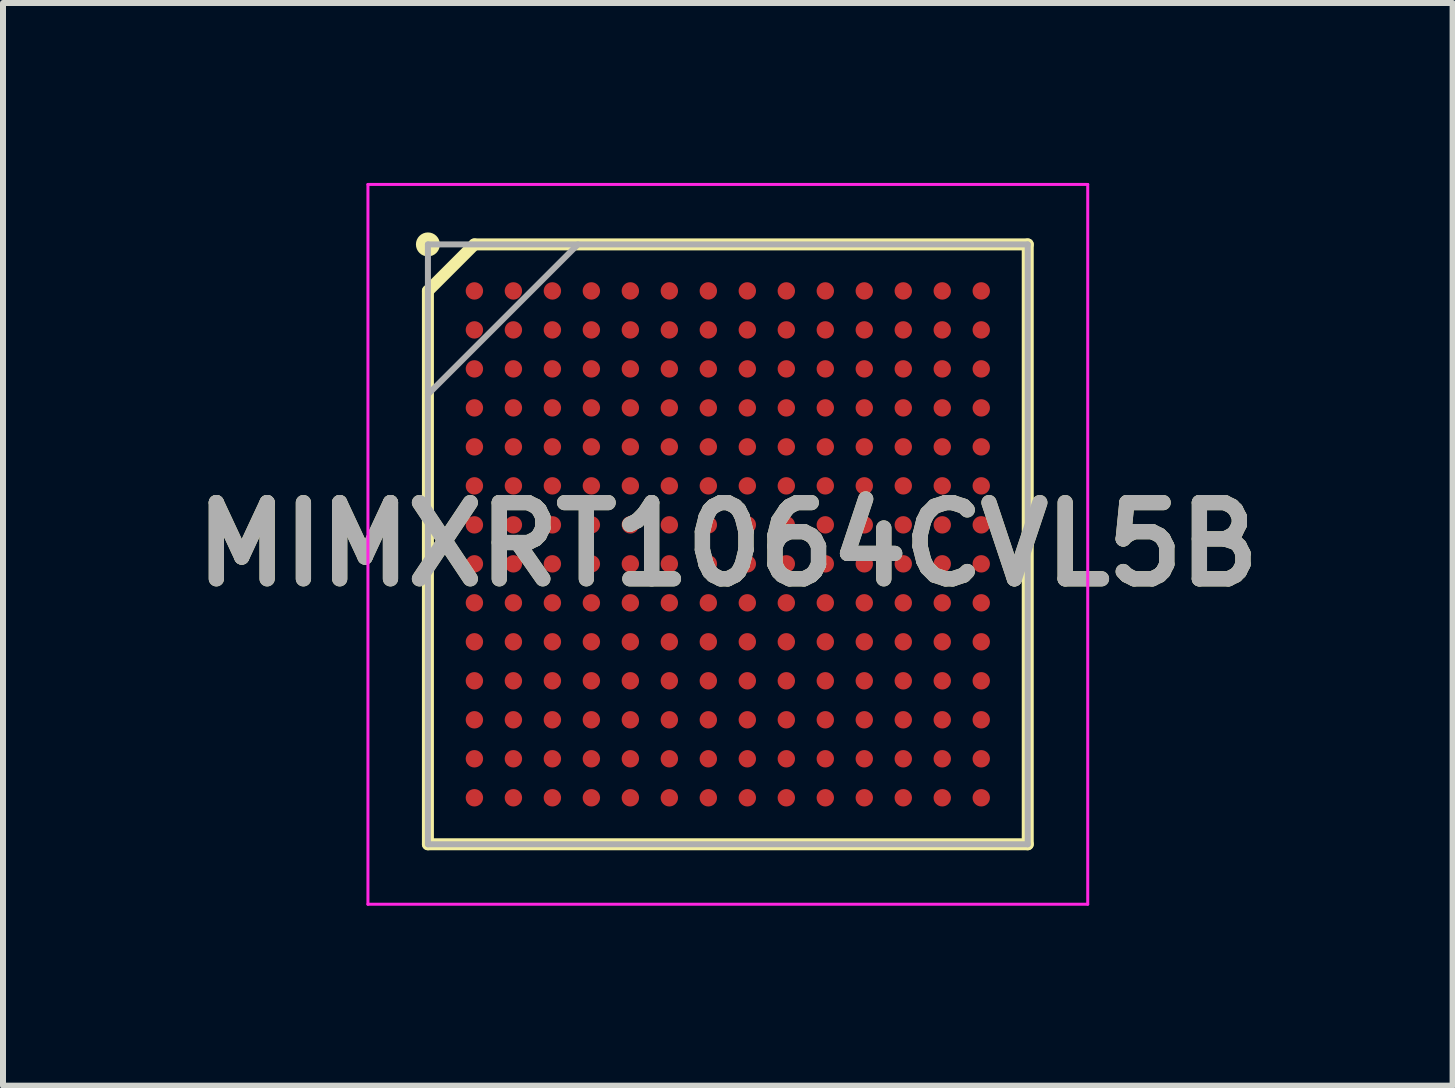
<source format=kicad_pcb>
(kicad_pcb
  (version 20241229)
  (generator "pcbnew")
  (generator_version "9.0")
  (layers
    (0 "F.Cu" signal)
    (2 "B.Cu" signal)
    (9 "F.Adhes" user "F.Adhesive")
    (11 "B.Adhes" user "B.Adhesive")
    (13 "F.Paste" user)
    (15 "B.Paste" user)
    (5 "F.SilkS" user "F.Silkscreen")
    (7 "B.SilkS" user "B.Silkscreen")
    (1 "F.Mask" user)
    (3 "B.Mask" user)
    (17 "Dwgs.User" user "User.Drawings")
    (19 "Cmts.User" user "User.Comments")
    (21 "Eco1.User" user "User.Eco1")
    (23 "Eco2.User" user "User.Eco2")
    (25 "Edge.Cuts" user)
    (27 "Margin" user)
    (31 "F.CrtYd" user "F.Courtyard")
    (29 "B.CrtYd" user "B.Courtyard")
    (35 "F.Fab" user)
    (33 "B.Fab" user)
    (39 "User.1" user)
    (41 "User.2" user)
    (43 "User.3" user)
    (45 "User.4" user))
  (footprint "MIMXRT1064CVL5B"
    (layer "F.Cu")
    (at 9.084 6.025)
    (property "Reference" "MIMXRT1064CVL5B" (at 0 0 0) (layer "F.SilkS") (effects (font (size 1.27 1.27) (thickness 0.254))))
    (attr smd)
    (fp_line (start -5 -4.225) (end -4.225 -5) (stroke (width 0.2) (type solid)) (layer "F.SilkS"))
    (fp_line (start -5 5) (end -5 -4.225) (stroke (width 0.2) (type solid)) (layer "F.SilkS"))
    (fp_line (start -4.225 -5) (end 5 -5) (stroke (width 0.2) (type solid)) (layer "F.SilkS"))
    (fp_line (start 5 -5) (end 5 5) (stroke (width 0.2) (type solid)) (layer "F.SilkS"))
    (fp_line (start 5 5) (end -5 5) (stroke (width 0.2) (type solid)) (layer "F.SilkS"))
    (fp_circle (center -5 -5) (end -5 -4.9) (stroke (width 0.2) (type solid)) (fill no) (layer "F.SilkS"))
    (fp_line (start -6 -6) (end 6 -6) (stroke (width 0.05) (type solid)) (layer "F.CrtYd"))
    (fp_line (start -6 6) (end -6 -6) (stroke (width 0.05) (type solid)) (layer "F.CrtYd"))
    (fp_line (start 6 -6) (end 6 6) (stroke (width 0.05) (type solid)) (layer "F.CrtYd"))
    (fp_line (start 6 6) (end -6 6) (stroke (width 0.05) (type solid)) (layer "F.CrtYd"))
    (fp_line (start -5 -5) (end 5 -5) (stroke (width 0.1) (type solid)) (layer "F.Fab"))
    (fp_line (start -5 -2.5) (end -2.5 -5) (stroke (width 0.1) (type solid)) (layer "F.Fab"))
    (fp_line (start -5 5) (end -5 -5) (stroke (width 0.1) (type solid)) (layer "F.Fab"))
    (fp_line (start 5 -5) (end 5 5) (stroke (width 0.1) (type solid)) (layer "F.Fab"))
    (fp_line (start 5 5) (end -5 5) (stroke (width 0.1) (type solid)) (layer "F.Fab"))
    (fp_text user "${REFERENCE}" (at 0 0 0) (layer "F.Fab") (effects (font (size 1.27 1.27) (thickness 0.254))))
    (pad "A1" smd circle (at -4.225 -4.225 90) (size 0.29 0.29) (layers "F.Cu" "F.Mask" "F.Paste"))
    (pad "A2" smd circle (at -3.575 -4.225 90) (size 0.29 0.29) (layers "F.Cu" "F.Mask" "F.Paste"))
    (pad "A3" smd circle (at -2.925 -4.225 90) (size 0.29 0.29) (layers "F.Cu" "F.Mask" "F.Paste"))
    (pad "A4" smd circle (at -2.275 -4.225 90) (size 0.29 0.29) (layers "F.Cu" "F.Mask" "F.Paste"))
    (pad "A5" smd circle (at -1.625 -4.225 90) (size 0.29 0.29) (layers "F.Cu" "F.Mask" "F.Paste"))
    (pad "A6" smd circle (at -0.975 -4.225 90) (size 0.29 0.29) (layers "F.Cu" "F.Mask" "F.Paste"))
    (pad "A7" smd circle (at -0.325 -4.225 90) (size 0.29 0.29) (layers "F.Cu" "F.Mask" "F.Paste"))
    (pad "A8" smd circle (at 0.325 -4.225 90) (size 0.29 0.29) (layers "F.Cu" "F.Mask" "F.Paste"))
    (pad "A9" smd circle (at 0.975 -4.225 90) (size 0.29 0.29) (layers "F.Cu" "F.Mask" "F.Paste"))
    (pad "A10" smd circle (at 1.625 -4.225 90) (size 0.29 0.29) (layers "F.Cu" "F.Mask" "F.Paste"))
    (pad "A11" smd circle (at 2.275 -4.225 90) (size 0.29 0.29) (layers "F.Cu" "F.Mask" "F.Paste"))
    (pad "A12" smd circle (at 2.925 -4.225 90) (size 0.29 0.29) (layers "F.Cu" "F.Mask" "F.Paste"))
    (pad "A13" smd circle (at 3.575 -4.225 90) (size 0.29 0.29) (layers "F.Cu" "F.Mask" "F.Paste"))
    (pad "A14" smd circle (at 4.225 -4.225 90) (size 0.29 0.29) (layers "F.Cu" "F.Mask" "F.Paste"))
    (pad "B1" smd circle (at -4.225 -3.575 90) (size 0.29 0.29) (layers "F.Cu" "F.Mask" "F.Paste"))
    (pad "B2" smd circle (at -3.575 -3.575 90) (size 0.29 0.29) (layers "F.Cu" "F.Mask" "F.Paste"))
    (pad "B3" smd circle (at -2.925 -3.575 90) (size 0.29 0.29) (layers "F.Cu" "F.Mask" "F.Paste"))
    (pad "B4" smd circle (at -2.275 -3.575 90) (size 0.29 0.29) (layers "F.Cu" "F.Mask" "F.Paste"))
    (pad "B5" smd circle (at -1.625 -3.575 90) (size 0.29 0.29) (layers "F.Cu" "F.Mask" "F.Paste"))
    (pad "B6" smd circle (at -0.975 -3.575 90) (size 0.29 0.29) (layers "F.Cu" "F.Mask" "F.Paste"))
    (pad "B7" smd circle (at -0.325 -3.575 90) (size 0.29 0.29) (layers "F.Cu" "F.Mask" "F.Paste"))
    (pad "B8" smd circle (at 0.325 -3.575 90) (size 0.29 0.29) (layers "F.Cu" "F.Mask" "F.Paste"))
    (pad "B9" smd circle (at 0.975 -3.575 90) (size 0.29 0.29) (layers "F.Cu" "F.Mask" "F.Paste"))
    (pad "B10" smd circle (at 1.625 -3.575 90) (size 0.29 0.29) (layers "F.Cu" "F.Mask" "F.Paste"))
    (pad "B11" smd circle (at 2.275 -3.575 90) (size 0.29 0.29) (layers "F.Cu" "F.Mask" "F.Paste"))
    (pad "B12" smd circle (at 2.925 -3.575 90) (size 0.29 0.29) (layers "F.Cu" "F.Mask" "F.Paste"))
    (pad "B13" smd circle (at 3.575 -3.575 90) (size 0.29 0.29) (layers "F.Cu" "F.Mask" "F.Paste"))
    (pad "B14" smd circle (at 4.225 -3.575 90) (size 0.29 0.29) (layers "F.Cu" "F.Mask" "F.Paste"))
    (pad "C1" smd circle (at -4.225 -2.925 90) (size 0.29 0.29) (layers "F.Cu" "F.Mask" "F.Paste"))
    (pad "C2" smd circle (at -3.575 -2.925 90) (size 0.29 0.29) (layers "F.Cu" "F.Mask" "F.Paste"))
    (pad "C3" smd circle (at -2.925 -2.925 90) (size 0.29 0.29) (layers "F.Cu" "F.Mask" "F.Paste"))
    (pad "C4" smd circle (at -2.275 -2.925 90) (size 0.29 0.29) (layers "F.Cu" "F.Mask" "F.Paste"))
    (pad "C5" smd circle (at -1.625 -2.925 90) (size 0.29 0.29) (layers "F.Cu" "F.Mask" "F.Paste"))
    (pad "C6" smd circle (at -0.975 -2.925 90) (size 0.29 0.29) (layers "F.Cu" "F.Mask" "F.Paste"))
    (pad "C7" smd circle (at -0.325 -2.925 90) (size 0.29 0.29) (layers "F.Cu" "F.Mask" "F.Paste"))
    (pad "C8" smd circle (at 0.325 -2.925 90) (size 0.29 0.29) (layers "F.Cu" "F.Mask" "F.Paste"))
    (pad "C9" smd circle (at 0.975 -2.925 90) (size 0.29 0.29) (layers "F.Cu" "F.Mask" "F.Paste"))
    (pad "C10" smd circle (at 1.625 -2.925 90) (size 0.29 0.29) (layers "F.Cu" "F.Mask" "F.Paste"))
    (pad "C11" smd circle (at 2.275 -2.925 90) (size 0.29 0.29) (layers "F.Cu" "F.Mask" "F.Paste"))
    (pad "C12" smd circle (at 2.925 -2.925 90) (size 0.29 0.29) (layers "F.Cu" "F.Mask" "F.Paste"))
    (pad "C13" smd circle (at 3.575 -2.925 90) (size 0.29 0.29) (layers "F.Cu" "F.Mask" "F.Paste"))
    (pad "C14" smd circle (at 4.225 -2.925 90) (size 0.29 0.29) (layers "F.Cu" "F.Mask" "F.Paste"))
    (pad "D1" smd circle (at -4.225 -2.275 90) (size 0.29 0.29) (layers "F.Cu" "F.Mask" "F.Paste"))
    (pad "D2" smd circle (at -3.575 -2.275 90) (size 0.29 0.29) (layers "F.Cu" "F.Mask" "F.Paste"))
    (pad "D3" smd circle (at -2.925 -2.275 90) (size 0.29 0.29) (layers "F.Cu" "F.Mask" "F.Paste"))
    (pad "D4" smd circle (at -2.275 -2.275 90) (size 0.29 0.29) (layers "F.Cu" "F.Mask" "F.Paste"))
    (pad "D5" smd circle (at -1.625 -2.275 90) (size 0.29 0.29) (layers "F.Cu" "F.Mask" "F.Paste"))
    (pad "D6" smd circle (at -0.975 -2.275 90) (size 0.29 0.29) (layers "F.Cu" "F.Mask" "F.Paste"))
    (pad "D7" smd circle (at -0.325 -2.275 90) (size 0.29 0.29) (layers "F.Cu" "F.Mask" "F.Paste"))
    (pad "D8" smd circle (at 0.325 -2.275 90) (size 0.29 0.29) (layers "F.Cu" "F.Mask" "F.Paste"))
    (pad "D9" smd circle (at 0.975 -2.275 90) (size 0.29 0.29) (layers "F.Cu" "F.Mask" "F.Paste"))
    (pad "D10" smd circle (at 1.625 -2.275 90) (size 0.29 0.29) (layers "F.Cu" "F.Mask" "F.Paste"))
    (pad "D11" smd circle (at 2.275 -2.275 90) (size 0.29 0.29) (layers "F.Cu" "F.Mask" "F.Paste"))
    (pad "D12" smd circle (at 2.925 -2.275 90) (size 0.29 0.29) (layers "F.Cu" "F.Mask" "F.Paste"))
    (pad "D13" smd circle (at 3.575 -2.275 90) (size 0.29 0.29) (layers "F.Cu" "F.Mask" "F.Paste"))
    (pad "D14" smd circle (at 4.225 -2.275 90) (size 0.29 0.29) (layers "F.Cu" "F.Mask" "F.Paste"))
    (pad "E1" smd circle (at -4.225 -1.625 90) (size 0.29 0.29) (layers "F.Cu" "F.Mask" "F.Paste"))
    (pad "E2" smd circle (at -3.575 -1.625 90) (size 0.29 0.29) (layers "F.Cu" "F.Mask" "F.Paste"))
    (pad "E3" smd circle (at -2.925 -1.625 90) (size 0.29 0.29) (layers "F.Cu" "F.Mask" "F.Paste"))
    (pad "E4" smd circle (at -2.275 -1.625 90) (size 0.29 0.29) (layers "F.Cu" "F.Mask" "F.Paste"))
    (pad "E5" smd circle (at -1.625 -1.625 90) (size 0.29 0.29) (layers "F.Cu" "F.Mask" "F.Paste"))
    (pad "E6" smd circle (at -0.975 -1.625 90) (size 0.29 0.29) (layers "F.Cu" "F.Mask" "F.Paste"))
    (pad "E7" smd circle (at -0.325 -1.625 90) (size 0.29 0.29) (layers "F.Cu" "F.Mask" "F.Paste"))
    (pad "E8" smd circle (at 0.325 -1.625 90) (size 0.29 0.29) (layers "F.Cu" "F.Mask" "F.Paste"))
    (pad "E9" smd circle (at 0.975 -1.625 90) (size 0.29 0.29) (layers "F.Cu" "F.Mask" "F.Paste"))
    (pad "E10" smd circle (at 1.625 -1.625 90) (size 0.29 0.29) (layers "F.Cu" "F.Mask" "F.Paste"))
    (pad "E11" smd circle (at 2.275 -1.625 90) (size 0.29 0.29) (layers "F.Cu" "F.Mask" "F.Paste"))
    (pad "E12" smd circle (at 2.925 -1.625 90) (size 0.29 0.29) (layers "F.Cu" "F.Mask" "F.Paste"))
    (pad "E13" smd circle (at 3.575 -1.625 90) (size 0.29 0.29) (layers "F.Cu" "F.Mask" "F.Paste"))
    (pad "E14" smd circle (at 4.225 -1.625 90) (size 0.29 0.29) (layers "F.Cu" "F.Mask" "F.Paste"))
    (pad "F1" smd circle (at -4.225 -0.975 90) (size 0.29 0.29) (layers "F.Cu" "F.Mask" "F.Paste"))
    (pad "F2" smd circle (at -3.575 -0.975 90) (size 0.29 0.29) (layers "F.Cu" "F.Mask" "F.Paste"))
    (pad "F3" smd circle (at -2.925 -0.975 90) (size 0.29 0.29) (layers "F.Cu" "F.Mask" "F.Paste"))
    (pad "F4" smd circle (at -2.275 -0.975 90) (size 0.29 0.29) (layers "F.Cu" "F.Mask" "F.Paste"))
    (pad "F5" smd circle (at -1.625 -0.975 90) (size 0.29 0.29) (layers "F.Cu" "F.Mask" "F.Paste"))
    (pad "F6" smd circle (at -0.975 -0.975 90) (size 0.29 0.29) (layers "F.Cu" "F.Mask" "F.Paste"))
    (pad "F7" smd circle (at -0.325 -0.975 90) (size 0.29 0.29) (layers "F.Cu" "F.Mask" "F.Paste"))
    (pad "F8" smd circle (at 0.325 -0.975 90) (size 0.29 0.29) (layers "F.Cu" "F.Mask" "F.Paste"))
    (pad "F9" smd circle (at 0.975 -0.975 90) (size 0.29 0.29) (layers "F.Cu" "F.Mask" "F.Paste"))
    (pad "F10" smd circle (at 1.625 -0.975 90) (size 0.29 0.29) (layers "F.Cu" "F.Mask" "F.Paste"))
    (pad "F11" smd circle (at 2.275 -0.975 90) (size 0.29 0.29) (layers "F.Cu" "F.Mask" "F.Paste"))
    (pad "F12" smd circle (at 2.925 -0.975 90) (size 0.29 0.29) (layers "F.Cu" "F.Mask" "F.Paste"))
    (pad "F13" smd circle (at 3.575 -0.975 90) (size 0.29 0.29) (layers "F.Cu" "F.Mask" "F.Paste"))
    (pad "F14" smd circle (at 4.225 -0.975 90) (size 0.29 0.29) (layers "F.Cu" "F.Mask" "F.Paste"))
    (pad "G1" smd circle (at -4.225 -0.325 90) (size 0.29 0.29) (layers "F.Cu" "F.Mask" "F.Paste"))
    (pad "G2" smd circle (at -3.575 -0.325 90) (size 0.29 0.29) (layers "F.Cu" "F.Mask" "F.Paste"))
    (pad "G3" smd circle (at -2.925 -0.325 90) (size 0.29 0.29) (layers "F.Cu" "F.Mask" "F.Paste"))
    (pad "G4" smd circle (at -2.275 -0.325 90) (size 0.29 0.29) (layers "F.Cu" "F.Mask" "F.Paste"))
    (pad "G5" smd circle (at -1.625 -0.325 90) (size 0.29 0.29) (layers "F.Cu" "F.Mask" "F.Paste"))
    (pad "G6" smd circle (at -0.975 -0.325 90) (size 0.29 0.29) (layers "F.Cu" "F.Mask" "F.Paste"))
    (pad "G7" smd circle (at -0.325 -0.325 90) (size 0.29 0.29) (layers "F.Cu" "F.Mask" "F.Paste"))
    (pad "G8" smd circle (at 0.325 -0.325 90) (size 0.29 0.29) (layers "F.Cu" "F.Mask" "F.Paste"))
    (pad "G9" smd circle (at 0.975 -0.325 90) (size 0.29 0.29) (layers "F.Cu" "F.Mask" "F.Paste"))
    (pad "G10" smd circle (at 1.625 -0.325 90) (size 0.29 0.29) (layers "F.Cu" "F.Mask" "F.Paste"))
    (pad "G11" smd circle (at 2.275 -0.325 90) (size 0.29 0.29) (layers "F.Cu" "F.Mask" "F.Paste"))
    (pad "G12" smd circle (at 2.925 -0.325 90) (size 0.29 0.29) (layers "F.Cu" "F.Mask" "F.Paste"))
    (pad "G13" smd circle (at 3.575 -0.325 90) (size 0.29 0.29) (layers "F.Cu" "F.Mask" "F.Paste"))
    (pad "G14" smd circle (at 4.225 -0.325 90) (size 0.29 0.29) (layers "F.Cu" "F.Mask" "F.Paste"))
    (pad "H1" smd circle (at -4.225 0.325 90) (size 0.29 0.29) (layers "F.Cu" "F.Mask" "F.Paste"))
    (pad "H2" smd circle (at -3.575 0.325 90) (size 0.29 0.29) (layers "F.Cu" "F.Mask" "F.Paste"))
    (pad "H3" smd circle (at -2.925 0.325 90) (size 0.29 0.29) (layers "F.Cu" "F.Mask" "F.Paste"))
    (pad "H4" smd circle (at -2.275 0.325 90) (size 0.29 0.29) (layers "F.Cu" "F.Mask" "F.Paste"))
    (pad "H5" smd circle (at -1.625 0.325 90) (size 0.29 0.29) (layers "F.Cu" "F.Mask" "F.Paste"))
    (pad "H6" smd circle (at -0.975 0.325 90) (size 0.29 0.29) (layers "F.Cu" "F.Mask" "F.Paste"))
    (pad "H7" smd circle (at -0.325 0.325 90) (size 0.29 0.29) (layers "F.Cu" "F.Mask" "F.Paste"))
    (pad "H8" smd circle (at 0.325 0.325 90) (size 0.29 0.29) (layers "F.Cu" "F.Mask" "F.Paste"))
    (pad "H9" smd circle (at 0.975 0.325 90) (size 0.29 0.29) (layers "F.Cu" "F.Mask" "F.Paste"))
    (pad "H10" smd circle (at 1.625 0.325 90) (size 0.29 0.29) (layers "F.Cu" "F.Mask" "F.Paste"))
    (pad "H11" smd circle (at 2.275 0.325 90) (size 0.29 0.29) (layers "F.Cu" "F.Mask" "F.Paste"))
    (pad "H12" smd circle (at 2.925 0.325 90) (size 0.29 0.29) (layers "F.Cu" "F.Mask" "F.Paste"))
    (pad "H13" smd circle (at 3.575 0.325 90) (size 0.29 0.29) (layers "F.Cu" "F.Mask" "F.Paste"))
    (pad "H14" smd circle (at 4.225 0.325 90) (size 0.29 0.29) (layers "F.Cu" "F.Mask" "F.Paste"))
    (pad "J1" smd circle (at -4.225 0.975 90) (size 0.29 0.29) (layers "F.Cu" "F.Mask" "F.Paste"))
    (pad "J2" smd circle (at -3.575 0.975 90) (size 0.29 0.29) (layers "F.Cu" "F.Mask" "F.Paste"))
    (pad "J3" smd circle (at -2.925 0.975 90) (size 0.29 0.29) (layers "F.Cu" "F.Mask" "F.Paste"))
    (pad "J4" smd circle (at -2.275 0.975 90) (size 0.29 0.29) (layers "F.Cu" "F.Mask" "F.Paste"))
    (pad "J5" smd circle (at -1.625 0.975 90) (size 0.29 0.29) (layers "F.Cu" "F.Mask" "F.Paste"))
    (pad "J6" smd circle (at -0.975 0.975 90) (size 0.29 0.29) (layers "F.Cu" "F.Mask" "F.Paste"))
    (pad "J7" smd circle (at -0.325 0.975 90) (size 0.29 0.29) (layers "F.Cu" "F.Mask" "F.Paste"))
    (pad "J8" smd circle (at 0.325 0.975 90) (size 0.29 0.29) (layers "F.Cu" "F.Mask" "F.Paste"))
    (pad "J9" smd circle (at 0.975 0.975 90) (size 0.29 0.29) (layers "F.Cu" "F.Mask" "F.Paste"))
    (pad "J10" smd circle (at 1.625 0.975 90) (size 0.29 0.29) (layers "F.Cu" "F.Mask" "F.Paste"))
    (pad "J11" smd circle (at 2.275 0.975 90) (size 0.29 0.29) (layers "F.Cu" "F.Mask" "F.Paste"))
    (pad "J12" smd circle (at 2.925 0.975 90) (size 0.29 0.29) (layers "F.Cu" "F.Mask" "F.Paste"))
    (pad "J13" smd circle (at 3.575 0.975 90) (size 0.29 0.29) (layers "F.Cu" "F.Mask" "F.Paste"))
    (pad "J14" smd circle (at 4.225 0.975 90) (size 0.29 0.29) (layers "F.Cu" "F.Mask" "F.Paste"))
    (pad "K1" smd circle (at -4.225 1.625 90) (size 0.29 0.29) (layers "F.Cu" "F.Mask" "F.Paste"))
    (pad "K2" smd circle (at -3.575 1.625 90) (size 0.29 0.29) (layers "F.Cu" "F.Mask" "F.Paste"))
    (pad "K3" smd circle (at -2.925 1.625 90) (size 0.29 0.29) (layers "F.Cu" "F.Mask" "F.Paste"))
    (pad "K4" smd circle (at -2.275 1.625 90) (size 0.29 0.29) (layers "F.Cu" "F.Mask" "F.Paste"))
    (pad "K5" smd circle (at -1.625 1.625 90) (size 0.29 0.29) (layers "F.Cu" "F.Mask" "F.Paste"))
    (pad "K6" smd circle (at -0.975 1.625 90) (size 0.29 0.29) (layers "F.Cu" "F.Mask" "F.Paste"))
    (pad "K7" smd circle (at -0.325 1.625 90) (size 0.29 0.29) (layers "F.Cu" "F.Mask" "F.Paste"))
    (pad "K8" smd circle (at 0.325 1.625 90) (size 0.29 0.29) (layers "F.Cu" "F.Mask" "F.Paste"))
    (pad "K9" smd circle (at 0.975 1.625 90) (size 0.29 0.29) (layers "F.Cu" "F.Mask" "F.Paste"))
    (pad "K10" smd circle (at 1.625 1.625 90) (size 0.29 0.29) (layers "F.Cu" "F.Mask" "F.Paste"))
    (pad "K11" smd circle (at 2.275 1.625 90) (size 0.29 0.29) (layers "F.Cu" "F.Mask" "F.Paste"))
    (pad "K12" smd circle (at 2.925 1.625 90) (size 0.29 0.29) (layers "F.Cu" "F.Mask" "F.Paste"))
    (pad "K13" smd circle (at 3.575 1.625 90) (size 0.29 0.29) (layers "F.Cu" "F.Mask" "F.Paste"))
    (pad "K14" smd circle (at 4.225 1.625 90) (size 0.29 0.29) (layers "F.Cu" "F.Mask" "F.Paste"))
    (pad "L1" smd circle (at -4.225 2.275 90) (size 0.29 0.29) (layers "F.Cu" "F.Mask" "F.Paste"))
    (pad "L2" smd circle (at -3.575 2.275 90) (size 0.29 0.29) (layers "F.Cu" "F.Mask" "F.Paste"))
    (pad "L3" smd circle (at -2.925 2.275 90) (size 0.29 0.29) (layers "F.Cu" "F.Mask" "F.Paste"))
    (pad "L4" smd circle (at -2.275 2.275 90) (size 0.29 0.29) (layers "F.Cu" "F.Mask" "F.Paste"))
    (pad "L5" smd circle (at -1.625 2.275 90) (size 0.29 0.29) (layers "F.Cu" "F.Mask" "F.Paste"))
    (pad "L6" smd circle (at -0.975 2.275 90) (size 0.29 0.29) (layers "F.Cu" "F.Mask" "F.Paste"))
    (pad "L7" smd circle (at -0.325 2.275 90) (size 0.29 0.29) (layers "F.Cu" "F.Mask" "F.Paste"))
    (pad "L8" smd circle (at 0.325 2.275 90) (size 0.29 0.29) (layers "F.Cu" "F.Mask" "F.Paste"))
    (pad "L9" smd circle (at 0.975 2.275 90) (size 0.29 0.29) (layers "F.Cu" "F.Mask" "F.Paste"))
    (pad "L10" smd circle (at 1.625 2.275 90) (size 0.29 0.29) (layers "F.Cu" "F.Mask" "F.Paste"))
    (pad "L11" smd circle (at 2.275 2.275 90) (size 0.29 0.29) (layers "F.Cu" "F.Mask" "F.Paste"))
    (pad "L12" smd circle (at 2.925 2.275 90) (size 0.29 0.29) (layers "F.Cu" "F.Mask" "F.Paste"))
    (pad "L13" smd circle (at 3.575 2.275 90) (size 0.29 0.29) (layers "F.Cu" "F.Mask" "F.Paste"))
    (pad "L14" smd circle (at 4.225 2.275 90) (size 0.29 0.29) (layers "F.Cu" "F.Mask" "F.Paste"))
    (pad "M1" smd circle (at -4.225 2.925 90) (size 0.29 0.29) (layers "F.Cu" "F.Mask" "F.Paste"))
    (pad "M2" smd circle (at -3.575 2.925 90) (size 0.29 0.29) (layers "F.Cu" "F.Mask" "F.Paste"))
    (pad "M3" smd circle (at -2.925 2.925 90) (size 0.29 0.29) (layers "F.Cu" "F.Mask" "F.Paste"))
    (pad "M4" smd circle (at -2.275 2.925 90) (size 0.29 0.29) (layers "F.Cu" "F.Mask" "F.Paste"))
    (pad "M5" smd circle (at -1.625 2.925 90) (size 0.29 0.29) (layers "F.Cu" "F.Mask" "F.Paste"))
    (pad "M6" smd circle (at -0.975 2.925 90) (size 0.29 0.29) (layers "F.Cu" "F.Mask" "F.Paste"))
    (pad "M7" smd circle (at -0.325 2.925 90) (size 0.29 0.29) (layers "F.Cu" "F.Mask" "F.Paste"))
    (pad "M8" smd circle (at 0.325 2.925 90) (size 0.29 0.29) (layers "F.Cu" "F.Mask" "F.Paste"))
    (pad "M9" smd circle (at 0.975 2.925 90) (size 0.29 0.29) (layers "F.Cu" "F.Mask" "F.Paste"))
    (pad "M10" smd circle (at 1.625 2.925 90) (size 0.29 0.29) (layers "F.Cu" "F.Mask" "F.Paste"))
    (pad "M11" smd circle (at 2.275 2.925 90) (size 0.29 0.29) (layers "F.Cu" "F.Mask" "F.Paste"))
    (pad "M12" smd circle (at 2.925 2.925 90) (size 0.29 0.29) (layers "F.Cu" "F.Mask" "F.Paste"))
    (pad "M13" smd circle (at 3.575 2.925 90) (size 0.29 0.29) (layers "F.Cu" "F.Mask" "F.Paste"))
    (pad "M14" smd circle (at 4.225 2.925 90) (size 0.29 0.29) (layers "F.Cu" "F.Mask" "F.Paste"))
    (pad "N1" smd circle (at -4.225 3.575 90) (size 0.29 0.29) (layers "F.Cu" "F.Mask" "F.Paste"))
    (pad "N2" smd circle (at -3.575 3.575 90) (size 0.29 0.29) (layers "F.Cu" "F.Mask" "F.Paste"))
    (pad "N3" smd circle (at -2.925 3.575 90) (size 0.29 0.29) (layers "F.Cu" "F.Mask" "F.Paste"))
    (pad "N4" smd circle (at -2.275 3.575 90) (size 0.29 0.29) (layers "F.Cu" "F.Mask" "F.Paste"))
    (pad "N5" smd circle (at -1.625 3.575 90) (size 0.29 0.29) (layers "F.Cu" "F.Mask" "F.Paste"))
    (pad "N6" smd circle (at -0.975 3.575 90) (size 0.29 0.29) (layers "F.Cu" "F.Mask" "F.Paste"))
    (pad "N7" smd circle (at -0.325 3.575 90) (size 0.29 0.29) (layers "F.Cu" "F.Mask" "F.Paste"))
    (pad "N8" smd circle (at 0.325 3.575 90) (size 0.29 0.29) (layers "F.Cu" "F.Mask" "F.Paste"))
    (pad "N9" smd circle (at 0.975 3.575 90) (size 0.29 0.29) (layers "F.Cu" "F.Mask" "F.Paste"))
    (pad "N10" smd circle (at 1.625 3.575 90) (size 0.29 0.29) (layers "F.Cu" "F.Mask" "F.Paste"))
    (pad "N11" smd circle (at 2.275 3.575 90) (size 0.29 0.29) (layers "F.Cu" "F.Mask" "F.Paste"))
    (pad "N12" smd circle (at 2.925 3.575 90) (size 0.29 0.29) (layers "F.Cu" "F.Mask" "F.Paste"))
    (pad "N13" smd circle (at 3.575 3.575 90) (size 0.29 0.29) (layers "F.Cu" "F.Mask" "F.Paste"))
    (pad "N14" smd circle (at 4.225 3.575 90) (size 0.29 0.29) (layers "F.Cu" "F.Mask" "F.Paste"))
    (pad "P1" smd circle (at -4.225 4.225 90) (size 0.29 0.29) (layers "F.Cu" "F.Mask" "F.Paste"))
    (pad "P2" smd circle (at -3.575 4.225 90) (size 0.29 0.29) (layers "F.Cu" "F.Mask" "F.Paste"))
    (pad "P3" smd circle (at -2.925 4.225 90) (size 0.29 0.29) (layers "F.Cu" "F.Mask" "F.Paste"))
    (pad "P4" smd circle (at -2.275 4.225 90) (size 0.29 0.29) (layers "F.Cu" "F.Mask" "F.Paste"))
    (pad "P5" smd circle (at -1.625 4.225 90) (size 0.29 0.29) (layers "F.Cu" "F.Mask" "F.Paste"))
    (pad "P6" smd circle (at -0.975 4.225 90) (size 0.29 0.29) (layers "F.Cu" "F.Mask" "F.Paste"))
    (pad "P7" smd circle (at -0.325 4.225 90) (size 0.29 0.29) (layers "F.Cu" "F.Mask" "F.Paste"))
    (pad "P8" smd circle (at 0.325 4.225 90) (size 0.29 0.29) (layers "F.Cu" "F.Mask" "F.Paste"))
    (pad "P9" smd circle (at 0.975 4.225 90) (size 0.29 0.29) (layers "F.Cu" "F.Mask" "F.Paste"))
    (pad "P10" smd circle (at 1.625 4.225 90) (size 0.29 0.29) (layers "F.Cu" "F.Mask" "F.Paste"))
    (pad "P11" smd circle (at 2.275 4.225 90) (size 0.29 0.29) (layers "F.Cu" "F.Mask" "F.Paste"))
    (pad "P12" smd circle (at 2.925 4.225 90) (size 0.29 0.29) (layers "F.Cu" "F.Mask" "F.Paste"))
    (pad "P13" smd circle (at 3.575 4.225 90) (size 0.29 0.29) (layers "F.Cu" "F.Mask" "F.Paste"))
    (pad "P14" smd circle (at 4.225 4.225 90) (size 0.29 0.29) (layers "F.Cu" "F.Mask" "F.Paste")))
  (gr_rect
    (start -3 -3)
    (end 21.167 15.05)
    (stroke (width 0.1) (type default))
    (fill no)
    (layer "Edge.Cuts")))
</source>
